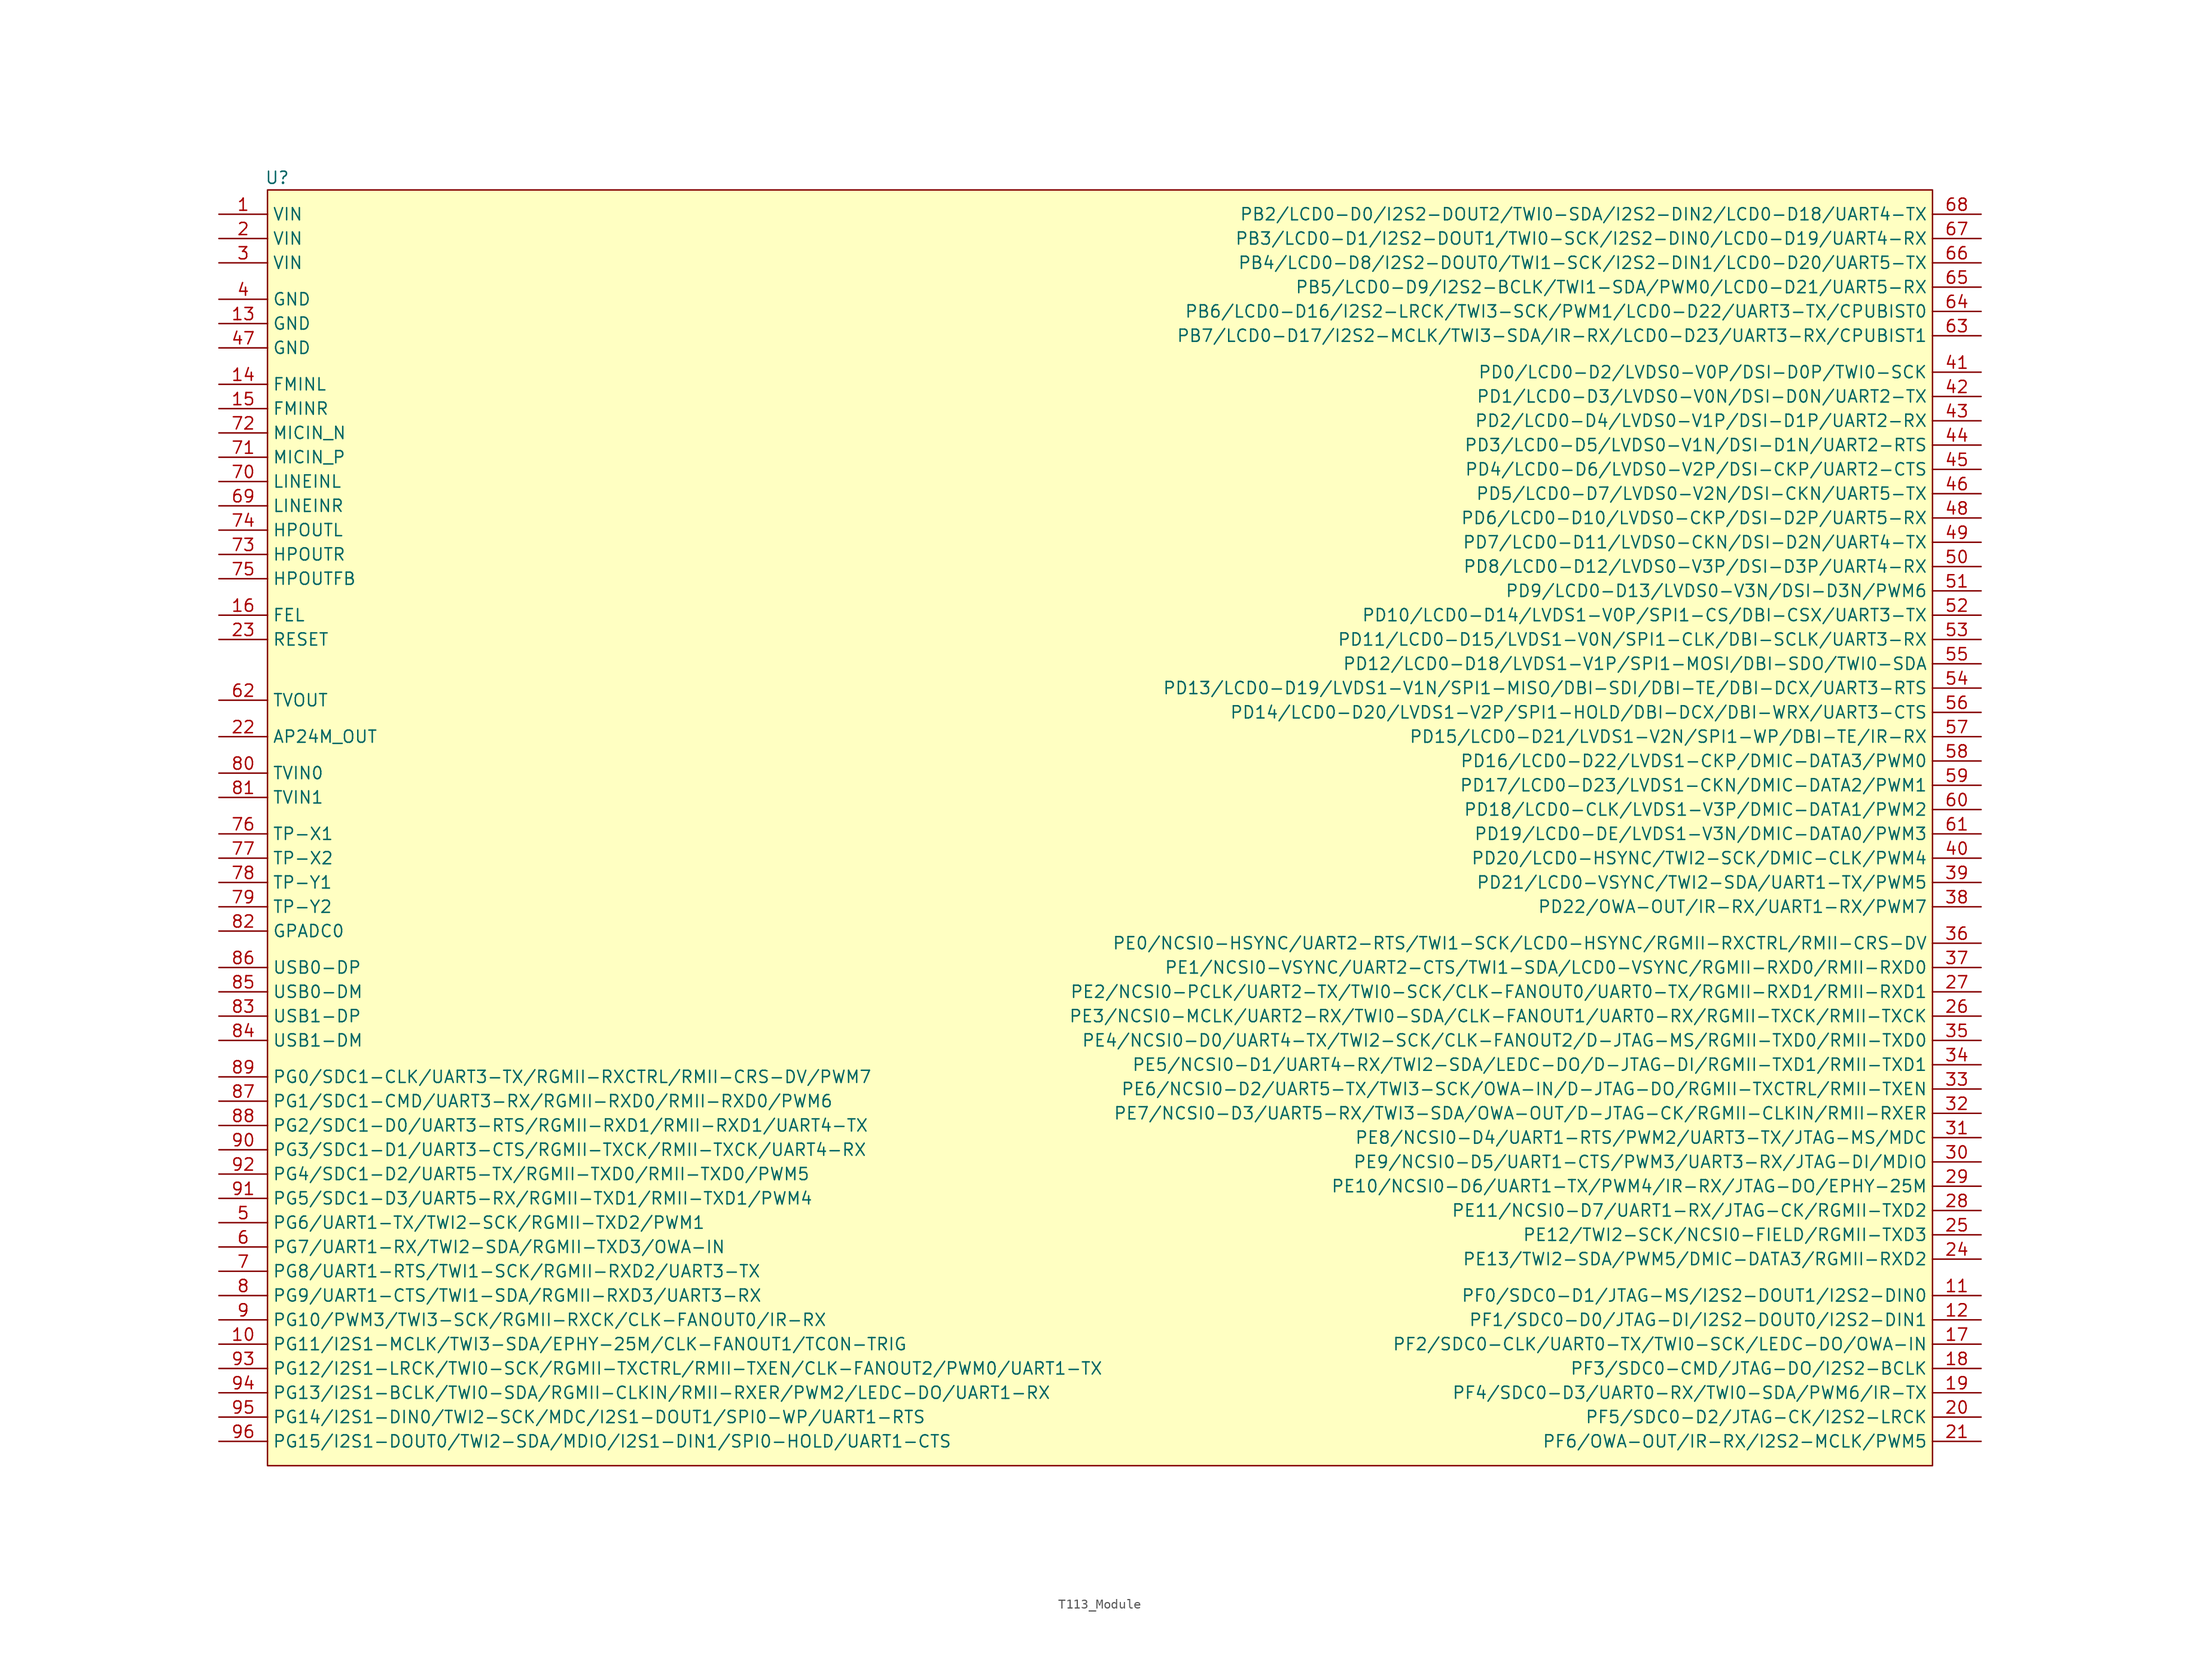
<source format=kicad_sym>
(kicad_symbol_lib
  (version 20241209)
  (generator "kicad_symbol_editor")
  (generator_version "9.0")
  (symbol "T113_Module"
    (property "Reference" "U"
      (at 1.016 1.27 0)
      (effects (font (size 1.27 1.27))))
    (property "Value" ""
      (at 0 0 0)
      (effects (font (size 1.27 1.27))))
    (symbol "T113_Module_1_1"
      (rectangle (start 0 0) (end 173.99 -133.35) (stroke (width 0) (type solid)) (fill (type background)))
      (pin power_in line (at -5.08 -2.54 0) (length 5.08) (name "VIN" (effects (font (size 1.27 1.27)))) (number "1" (effects (font (size 1.27 1.27)))))
      (pin power_in line (at -5.08 -5.08 0) (length 5.08) (name "VIN" (effects (font (size 1.27 1.27)))) (number "2" (effects (font (size 1.27 1.27)))))
      (pin power_in line (at -5.08 -7.62 0) (length 5.08) (name "VIN" (effects (font (size 1.27 1.27)))) (number "3" (effects (font (size 1.27 1.27)))))
      (pin power_in line (at -5.08 -11.43 0) (length 5.08) (name "GND" (effects (font (size 1.27 1.27)))) (number "4" (effects (font (size 1.27 1.27)))))
      (pin power_in line (at -5.08 -13.97 0) (length 5.08) (name "GND" (effects (font (size 1.27 1.27)))) (number "13" (effects (font (size 1.27 1.27)))))
      (pin power_in line (at -5.08 -16.51 0) (length 5.08) (name "GND" (effects (font (size 1.27 1.27)))) (number "47" (effects (font (size 1.27 1.27)))))
      (pin bidirectional line (at -5.08 -20.32 0) (length 5.08) (name "FMINL" (effects (font (size 1.27 1.27)))) (number "14" (effects (font (size 1.27 1.27)))))
      (pin bidirectional line (at -5.08 -22.86 0) (length 5.08) (name "FMINR" (effects (font (size 1.27 1.27)))) (number "15" (effects (font (size 1.27 1.27)))))
      (pin bidirectional line (at -5.08 -25.4 0) (length 5.08) (name "MICIN_N" (effects (font (size 1.27 1.27)))) (number "72" (effects (font (size 1.27 1.27)))))
      (pin bidirectional line (at -5.08 -27.94 0) (length 5.08) (name "MICIN_P" (effects (font (size 1.27 1.27)))) (number "71" (effects (font (size 1.27 1.27)))))
      (pin bidirectional line (at -5.08 -30.48 0) (length 5.08) (name "LINEINL" (effects (font (size 1.27 1.27)))) (number "70" (effects (font (size 1.27 1.27)))))
      (pin bidirectional line (at -5.08 -33.02 0) (length 5.08) (name "LINEINR" (effects (font (size 1.27 1.27)))) (number "69" (effects (font (size 1.27 1.27)))))
      (pin bidirectional line (at -5.08 -35.56 0) (length 5.08) (name "HPOUTL" (effects (font (size 1.27 1.27)))) (number "74" (effects (font (size 1.27 1.27)))))
      (pin bidirectional line (at -5.08 -38.1 0) (length 5.08) (name "HPOUTR" (effects (font (size 1.27 1.27)))) (number "73" (effects (font (size 1.27 1.27)))))
      (pin bidirectional line (at -5.08 -40.64 0) (length 5.08) (name "HPOUTFB" (effects (font (size 1.27 1.27)))) (number "75" (effects (font (size 1.27 1.27)))))
      (pin bidirectional line (at -5.08 -44.45 0) (length 5.08) (name "FEL" (effects (font (size 1.27 1.27)))) (number "16" (effects (font (size 1.27 1.27)))))
      (pin bidirectional line (at -5.08 -46.99 0) (length 5.08) (name "RESET" (effects (font (size 1.27 1.27)))) (number "23" (effects (font (size 1.27 1.27)))))
      (pin bidirectional line (at -5.08 -53.34 0) (length 5.08) (name "TVOUT" (effects (font (size 1.27 1.27)))) (number "62" (effects (font (size 1.27 1.27)))))
      (pin bidirectional line (at -5.08 -57.15 0) (length 5.08) (name "AP24M_OUT" (effects (font (size 1.27 1.27)))) (number "22" (effects (font (size 1.27 1.27)))))
      (pin bidirectional line (at -5.08 -60.96 0) (length 5.08) (name "TVIN0" (effects (font (size 1.27 1.27)))) (number "80" (effects (font (size 1.27 1.27)))))
      (pin bidirectional line (at -5.08 -63.5 0) (length 5.08) (name "TVIN1" (effects (font (size 1.27 1.27)))) (number "81" (effects (font (size 1.27 1.27)))))
      (pin bidirectional line (at -5.08 -67.31 0) (length 5.08) (name "TP-X1" (effects (font (size 1.27 1.27)))) (number "76" (effects (font (size 1.27 1.27)))))
      (pin bidirectional line (at -5.08 -69.85 0) (length 5.08) (name "TP-X2" (effects (font (size 1.27 1.27)))) (number "77" (effects (font (size 1.27 1.27)))))
      (pin bidirectional line (at -5.08 -72.39 0) (length 5.08) (name "TP-Y1" (effects (font (size 1.27 1.27)))) (number "78" (effects (font (size 1.27 1.27)))))
      (pin bidirectional line (at -5.08 -74.93 0) (length 5.08) (name "TP-Y2" (effects (font (size 1.27 1.27)))) (number "79" (effects (font (size 1.27 1.27)))))
      (pin bidirectional line (at -5.08 -77.47 0) (length 5.08) (name "GPADC0" (effects (font (size 1.27 1.27)))) (number "82" (effects (font (size 1.27 1.27)))))
      (pin bidirectional line (at -5.08 -81.28 0) (length 5.08) (name "USB0-DP" (effects (font (size 1.27 1.27)))) (number "86" (effects (font (size 1.27 1.27)))))
      (pin bidirectional line (at -5.08 -83.82 0) (length 5.08) (name "USB0-DM" (effects (font (size 1.27 1.27)))) (number "85" (effects (font (size 1.27 1.27)))))
      (pin bidirectional line (at -5.08 -86.36 0) (length 5.08) (name "USB1-DP" (effects (font (size 1.27 1.27)))) (number "83" (effects (font (size 1.27 1.27)))))
      (pin bidirectional line (at -5.08 -88.9 0) (length 5.08) (name "USB1-DM" (effects (font (size 1.27 1.27)))) (number "84" (effects (font (size 1.27 1.27)))))
      (pin bidirectional line (at -5.08 -92.71 0) (length 5.08) (name "PG0/SDC1-CLK/UART3-TX/RGMII-RXCTRL/RMII-CRS-DV/PWM7" (effects (font (size 1.27 1.27)))) (number "89" (effects (font (size 1.27 1.27)))))
      (pin bidirectional line (at -5.08 -95.25 0) (length 5.08) (name "PG1/SDC1-CMD/UART3-RX/RGMII-RXD0/RMII-RXD0/PWM6" (effects (font (size 1.27 1.27)))) (number "87" (effects (font (size 1.27 1.27)))))
      (pin bidirectional line (at -5.08 -97.79 0) (length 5.08) (name "PG2/SDC1-D0/UART3-RTS/RGMII-RXD1/RMII-RXD1/UART4-TX" (effects (font (size 1.27 1.27)))) (number "88" (effects (font (size 1.27 1.27)))))
      (pin bidirectional line (at -5.08 -100.33 0) (length 5.08) (name "PG3/SDC1-D1/UART3-CTS/RGMII-TXCK/RMII-TXCK/UART4-RX" (effects (font (size 1.27 1.27)))) (number "90" (effects (font (size 1.27 1.27)))))
      (pin bidirectional line (at -5.08 -102.87 0) (length 5.08) (name "PG4/SDC1-D2/UART5-TX/RGMII-TXD0/RMII-TXD0/PWM5" (effects (font (size 1.27 1.27)))) (number "92" (effects (font (size 1.27 1.27)))))
      (pin bidirectional line (at -5.08 -105.41 0) (length 5.08) (name "PG5/SDC1-D3/UART5-RX/RGMII-TXD1/RMII-TXD1/PWM4" (effects (font (size 1.27 1.27)))) (number "91" (effects (font (size 1.27 1.27)))))
      (pin bidirectional line (at -5.08 -107.95 0) (length 5.08) (name "PG6/UART1-TX/TWI2-SCK/RGMII-TXD2/PWM1" (effects (font (size 1.27 1.27)))) (number "5" (effects (font (size 1.27 1.27)))))
      (pin bidirectional line (at -5.08 -110.49 0) (length 5.08) (name "PG7/UART1-RX/TWI2-SDA/RGMII-TXD3/OWA-IN" (effects (font (size 1.27 1.27)))) (number "6" (effects (font (size 1.27 1.27)))))
      (pin bidirectional line (at -5.08 -113.03 0) (length 5.08) (name "PG8/UART1-RTS/TWI1-SCK/RGMII-RXD2/UART3-TX" (effects (font (size 1.27 1.27)))) (number "7" (effects (font (size 1.27 1.27)))))
      (pin bidirectional line (at -5.08 -115.57 0) (length 5.08) (name "PG9/UART1-CTS/TWI1-SDA/RGMII-RXD3/UART3-RX" (effects (font (size 1.27 1.27)))) (number "8" (effects (font (size 1.27 1.27)))))
      (pin bidirectional line (at -5.08 -118.11 0) (length 5.08) (name "PG10/PWM3/TWI3-SCK/RGMII-RXCK/CLK-FANOUT0/IR-RX" (effects (font (size 1.27 1.27)))) (number "9" (effects (font (size 1.27 1.27)))))
      (pin bidirectional line (at -5.08 -120.65 0) (length 5.08) (name "PG11/I2S1-MCLK/TWI3-SDA/EPHY-25M/CLK-FANOUT1/TCON-TRIG" (effects (font (size 1.27 1.27)))) (number "10" (effects (font (size 1.27 1.27)))))
      (pin bidirectional line (at -5.08 -123.19 0) (length 5.08) (name "PG12/I2S1-LRCK/TWI0-SCK/RGMII-TXCTRL/RMII-TXEN/CLK-FANOUT2/PWM0/UART1-TX" (effects (font (size 1.27 1.27)))) (number "93" (effects (font (size 1.27 1.27)))))
      (pin bidirectional line (at -5.08 -125.73 0) (length 5.08) (name "PG13/I2S1-BCLK/TWI0-SDA/RGMII-CLKIN/RMII-RXER/PWM2/LEDC-DO/UART1-RX" (effects (font (size 1.27 1.27)))) (number "94" (effects (font (size 1.27 1.27)))))
      (pin bidirectional line (at -5.08 -128.27 0) (length 5.08) (name "PG14/I2S1-DIN0/TWI2-SCK/MDC/I2S1-DOUT1/SPI0-WP/UART1-RTS" (effects (font (size 1.27 1.27)))) (number "95" (effects (font (size 1.27 1.27)))))
      (pin bidirectional line (at -5.08 -130.81 0) (length 5.08) (name "PG15/I2S1-DOUT0/TWI2-SDA/MDIO/I2S1-DIN1/SPI0-HOLD/UART1-CTS" (effects (font (size 1.27 1.27)))) (number "96" (effects (font (size 1.27 1.27)))))
      (pin bidirectional line (at 179.07 -2.54 180) (length 5.08) (name "PB2/LCD0-D0/I2S2-DOUT2/TWI0-SDA/I2S2-DIN2/LCD0-D18/UART4-TX" (effects (font (size 1.27 1.27)))) (number "68" (effects (font (size 1.27 1.27)))))
      (pin bidirectional line (at 179.07 -5.08 180) (length 5.08) (name "PB3/LCD0-D1/I2S2-DOUT1/TWI0-SCK/I2S2-DIN0/LCD0-D19/UART4-RX" (effects (font (size 1.27 1.27)))) (number "67" (effects (font (size 1.27 1.27)))))
      (pin bidirectional line (at 179.07 -7.62 180) (length 5.08) (name "PB4/LCD0-D8/I2S2-DOUT0/TWI1-SCK/I2S2-DIN1/LCD0-D20/UART5-TX" (effects (font (size 1.27 1.27)))) (number "66" (effects (font (size 1.27 1.27)))))
      (pin bidirectional line (at 179.07 -10.16 180) (length 5.08) (name "PB5/LCD0-D9/I2S2-BCLK/TWI1-SDA/PWM0/LCD0-D21/UART5-RX" (effects (font (size 1.27 1.27)))) (number "65" (effects (font (size 1.27 1.27)))))
      (pin bidirectional line (at 179.07 -12.7 180) (length 5.08) (name "PB6/LCD0-D16/I2S2-LRCK/TWI3-SCK/PWM1/LCD0-D22/UART3-TX/CPUBIST0" (effects (font (size 1.27 1.27)))) (number "64" (effects (font (size 1.27 1.27)))))
      (pin bidirectional line (at 179.07 -15.24 180) (length 5.08) (name "PB7/LCD0-D17/I2S2-MCLK/TWI3-SDA/IR-RX/LCD0-D23/UART3-RX/CPUBIST1" (effects (font (size 1.27 1.27)))) (number "63" (effects (font (size 1.27 1.27)))))
      (pin bidirectional line (at 179.07 -19.05 180) (length 5.08) (name "PD0/LCD0-D2/LVDS0-V0P/DSI-D0P/TWI0-SCK" (effects (font (size 1.27 1.27)))) (number "41" (effects (font (size 1.27 1.27)))))
      (pin bidirectional line (at 179.07 -21.59 180) (length 5.08) (name "PD1/LCD0-D3/LVDS0-V0N/DSI-D0N/UART2-TX" (effects (font (size 1.27 1.27)))) (number "42" (effects (font (size 1.27 1.27)))))
      (pin bidirectional line (at 179.07 -24.13 180) (length 5.08) (name "PD2/LCD0-D4/LVDS0-V1P/DSI-D1P/UART2-RX" (effects (font (size 1.27 1.27)))) (number "43" (effects (font (size 1.27 1.27)))))
      (pin bidirectional line (at 179.07 -26.67 180) (length 5.08) (name "PD3/LCD0-D5/LVDS0-V1N/DSI-D1N/UART2-RTS" (effects (font (size 1.27 1.27)))) (number "44" (effects (font (size 1.27 1.27)))))
      (pin bidirectional line (at 179.07 -29.21 180) (length 5.08) (name "PD4/LCD0-D6/LVDS0-V2P/DSI-CKP/UART2-CTS" (effects (font (size 1.27 1.27)))) (number "45" (effects (font (size 1.27 1.27)))))
      (pin bidirectional line (at 179.07 -31.75 180) (length 5.08) (name "PD5/LCD0-D7/LVDS0-V2N/DSI-CKN/UART5-TX" (effects (font (size 1.27 1.27)))) (number "46" (effects (font (size 1.27 1.27)))))
      (pin bidirectional line (at 179.07 -34.29 180) (length 5.08) (name "PD6/LCD0-D10/LVDS0-CKP/DSI-D2P/UART5-RX" (effects (font (size 1.27 1.27)))) (number "48" (effects (font (size 1.27 1.27)))))
      (pin bidirectional line (at 179.07 -36.83 180) (length 5.08) (name "PD7/LCD0-D11/LVDS0-CKN/DSI-D2N/UART4-TX" (effects (font (size 1.27 1.27)))) (number "49" (effects (font (size 1.27 1.27)))))
      (pin bidirectional line (at 179.07 -39.37 180) (length 5.08) (name "PD8/LCD0-D12/LVDS0-V3P/DSI-D3P/UART4-RX" (effects (font (size 1.27 1.27)))) (number "50" (effects (font (size 1.27 1.27)))))
      (pin bidirectional line (at 179.07 -41.91 180) (length 5.08) (name "PD9/LCD0-D13/LVDS0-V3N/DSI-D3N/PWM6" (effects (font (size 1.27 1.27)))) (number "51" (effects (font (size 1.27 1.27)))))
      (pin bidirectional line (at 179.07 -44.45 180) (length 5.08) (name "PD10/LCD0-D14/LVDS1-V0P/SPI1-CS/DBI-CSX/UART3-TX" (effects (font (size 1.27 1.27)))) (number "52" (effects (font (size 1.27 1.27)))))
      (pin bidirectional line (at 179.07 -46.99 180) (length 5.08) (name "PD11/LCD0-D15/LVDS1-V0N/SPI1-CLK/DBI-SCLK/UART3-RX" (effects (font (size 1.27 1.27)))) (number "53" (effects (font (size 1.27 1.27)))))
      (pin bidirectional line (at 179.07 -49.53 180) (length 5.08) (name "PD12/LCD0-D18/LVDS1-V1P/SPI1-MOSI/DBI-SDO/TWI0-SDA" (effects (font (size 1.27 1.27)))) (number "55" (effects (font (size 1.27 1.27)))))
      (pin bidirectional line (at 179.07 -52.07 180) (length 5.08) (name "PD13/LCD0-D19/LVDS1-V1N/SPI1-MISO/DBI-SDI/DBI-TE/DBI-DCX/UART3-RTS" (effects (font (size 1.27 1.27)))) (number "54" (effects (font (size 1.27 1.27)))))
      (pin bidirectional line (at 179.07 -54.61 180) (length 5.08) (name "PD14/LCD0-D20/LVDS1-V2P/SPI1-HOLD/DBI-DCX/DBI-WRX/UART3-CTS" (effects (font (size 1.27 1.27)))) (number "56" (effects (font (size 1.27 1.27)))))
      (pin bidirectional line (at 179.07 -57.15 180) (length 5.08) (name "PD15/LCD0-D21/LVDS1-V2N/SPI1-WP/DBI-TE/IR-RX" (effects (font (size 1.27 1.27)))) (number "57" (effects (font (size 1.27 1.27)))))
      (pin bidirectional line (at 179.07 -59.69 180) (length 5.08) (name "PD16/LCD0-D22/LVDS1-CKP/DMIC-DATA3/PWM0" (effects (font (size 1.27 1.27)))) (number "58" (effects (font (size 1.27 1.27)))))
      (pin bidirectional line (at 179.07 -62.23 180) (length 5.08) (name "PD17/LCD0-D23/LVDS1-CKN/DMIC-DATA2/PWM1" (effects (font (size 1.27 1.27)))) (number "59" (effects (font (size 1.27 1.27)))))
      (pin bidirectional line (at 179.07 -64.77 180) (length 5.08) (name "PD18/LCD0-CLK/LVDS1-V3P/DMIC-DATA1/PWM2" (effects (font (size 1.27 1.27)))) (number "60" (effects (font (size 1.27 1.27)))))
      (pin bidirectional line (at 179.07 -67.31 180) (length 5.08) (name "PD19/LCD0-DE/LVDS1-V3N/DMIC-DATA0/PWM3" (effects (font (size 1.27 1.27)))) (number "61" (effects (font (size 1.27 1.27)))))
      (pin bidirectional line (at 179.07 -69.85 180) (length 5.08) (name "PD20/LCD0-HSYNC/TWI2-SCK/DMIC-CLK/PWM4" (effects (font (size 1.27 1.27)))) (number "40" (effects (font (size 1.27 1.27)))))
      (pin bidirectional line (at 179.07 -72.39 180) (length 5.08) (name "PD21/LCD0-VSYNC/TWI2-SDA/UART1-TX/PWM5" (effects (font (size 1.27 1.27)))) (number "39" (effects (font (size 1.27 1.27)))))
      (pin bidirectional line (at 179.07 -74.93 180) (length 5.08) (name "PD22/OWA-OUT/IR-RX/UART1-RX/PWM7" (effects (font (size 1.27 1.27)))) (number "38" (effects (font (size 1.27 1.27)))))
      (pin bidirectional line (at 179.07 -78.74 180) (length 5.08) (name "PE0/NCSI0-HSYNC/UART2-RTS/TWI1-SCK/LCD0-HSYNC/RGMII-RXCTRL/RMII-CRS-DV" (effects (font (size 1.27 1.27)))) (number "36" (effects (font (size 1.27 1.27)))))
      (pin bidirectional line (at 179.07 -81.28 180) (length 5.08) (name "PE1/NCSI0-VSYNC/UART2-CTS/TWI1-SDA/LCD0-VSYNC/RGMII-RXD0/RMII-RXD0" (effects (font (size 1.27 1.27)))) (number "37" (effects (font (size 1.27 1.27)))))
      (pin bidirectional line (at 179.07 -83.82 180) (length 5.08) (name "PE2/NCSI0-PCLK/UART2-TX/TWI0-SCK/CLK-FANOUT0/UART0-TX/RGMII-RXD1/RMII-RXD1" (effects (font (size 1.27 1.27)))) (number "27" (effects (font (size 1.27 1.27)))))
      (pin bidirectional line (at 179.07 -86.36 180) (length 5.08) (name "PE3/NCSI0-MCLK/UART2-RX/TWI0-SDA/CLK-FANOUT1/UART0-RX/RGMII-TXCK/RMII-TXCK" (effects (font (size 1.27 1.27)))) (number "26" (effects (font (size 1.27 1.27)))))
      (pin bidirectional line (at 179.07 -88.9 180) (length 5.08) (name "PE4/NCSI0-D0/UART4-TX/TWI2-SCK/CLK-FANOUT2/D-JTAG-MS/RGMII-TXD0/RMII-TXD0" (effects (font (size 1.27 1.27)))) (number "35" (effects (font (size 1.27 1.27)))))
      (pin bidirectional line (at 179.07 -91.44 180) (length 5.08) (name "PE5/NCSI0-D1/UART4-RX/TWI2-SDA/LEDC-DO/D-JTAG-DI/RGMII-TXD1/RMII-TXD1" (effects (font (size 1.27 1.27)))) (number "34" (effects (font (size 1.27 1.27)))))
      (pin bidirectional line (at 179.07 -93.98 180) (length 5.08) (name "PE6/NCSI0-D2/UART5-TX/TWI3-SCK/OWA-IN/D-JTAG-DO/RGMII-TXCTRL/RMII-TXEN" (effects (font (size 1.27 1.27)))) (number "33" (effects (font (size 1.27 1.27)))))
      (pin bidirectional line (at 179.07 -96.52 180) (length 5.08) (name "PE7/NCSI0-D3/UART5-RX/TWI3-SDA/OWA-OUT/D-JTAG-CK/RGMII-CLKIN/RMII-RXER" (effects (font (size 1.27 1.27)))) (number "32" (effects (font (size 1.27 1.27)))))
      (pin bidirectional line (at 179.07 -99.06 180) (length 5.08) (name "PE8/NCSI0-D4/UART1-RTS/PWM2/UART3-TX/JTAG-MS/MDC" (effects (font (size 1.27 1.27)))) (number "31" (effects (font (size 1.27 1.27)))))
      (pin bidirectional line (at 179.07 -101.6 180) (length 5.08) (name "PE9/NCSI0-D5/UART1-CTS/PWM3/UART3-RX/JTAG-DI/MDIO" (effects (font (size 1.27 1.27)))) (number "30" (effects (font (size 1.27 1.27)))))
      (pin bidirectional line (at 179.07 -104.14 180) (length 5.08) (name "PE10/NCSI0-D6/UART1-TX/PWM4/IR-RX/JTAG-DO/EPHY-25M" (effects (font (size 1.27 1.27)))) (number "29" (effects (font (size 1.27 1.27)))))
      (pin bidirectional line (at 179.07 -106.68 180) (length 5.08) (name "PE11/NCSI0-D7/UART1-RX/JTAG-CK/RGMII-TXD2" (effects (font (size 1.27 1.27)))) (number "28" (effects (font (size 1.27 1.27)))))
      (pin bidirectional line (at 179.07 -109.22 180) (length 5.08) (name "PE12/TWI2-SCK/NCSI0-FIELD/RGMII-TXD3" (effects (font (size 1.27 1.27)))) (number "25" (effects (font (size 1.27 1.27)))))
      (pin bidirectional line (at 179.07 -111.76 180) (length 5.08) (name "PE13/TWI2-SDA/PWM5/DMIC-DATA3/RGMII-RXD2" (effects (font (size 1.27 1.27)))) (number "24" (effects (font (size 1.27 1.27)))))
      (pin bidirectional line (at 179.07 -115.57 180) (length 5.08) (name "PF0/SDC0-D1/JTAG-MS/I2S2-DOUT1/I2S2-DIN0" (effects (font (size 1.27 1.27)))) (number "11" (effects (font (size 1.27 1.27)))))
      (pin bidirectional line (at 179.07 -118.11 180) (length 5.08) (name "PF1/SDC0-D0/JTAG-DI/I2S2-DOUT0/I2S2-DIN1" (effects (font (size 1.27 1.27)))) (number "12" (effects (font (size 1.27 1.27)))))
      (pin bidirectional line (at 179.07 -120.65 180) (length 5.08) (name "PF2/SDC0-CLK/UART0-TX/TWI0-SCK/LEDC-DO/OWA-IN" (effects (font (size 1.27 1.27)))) (number "17" (effects (font (size 1.27 1.27)))))
      (pin bidirectional line (at 179.07 -123.19 180) (length 5.08) (name "PF3/SDC0-CMD/JTAG-DO/I2S2-BCLK" (effects (font (size 1.27 1.27)))) (number "18" (effects (font (size 1.27 1.27)))))
      (pin bidirectional line (at 179.07 -125.73 180) (length 5.08) (name "PF4/SDC0-D3/UART0-RX/TWI0-SDA/PWM6/IR-TX" (effects (font (size 1.27 1.27)))) (number "19" (effects (font (size 1.27 1.27)))))
      (pin bidirectional line (at 179.07 -128.27 180) (length 5.08) (name "PF5/SDC0-D2/JTAG-CK/I2S2-LRCK" (effects (font (size 1.27 1.27)))) (number "20" (effects (font (size 1.27 1.27)))))
      (pin bidirectional line (at 179.07 -130.81 180) (length 5.08) (name "PF6/OWA-OUT/IR-RX/I2S2-MCLK/PWM5" (effects (font (size 1.27 1.27)))) (number "21" (effects (font (size 1.27 1.27))))))))
</source>
